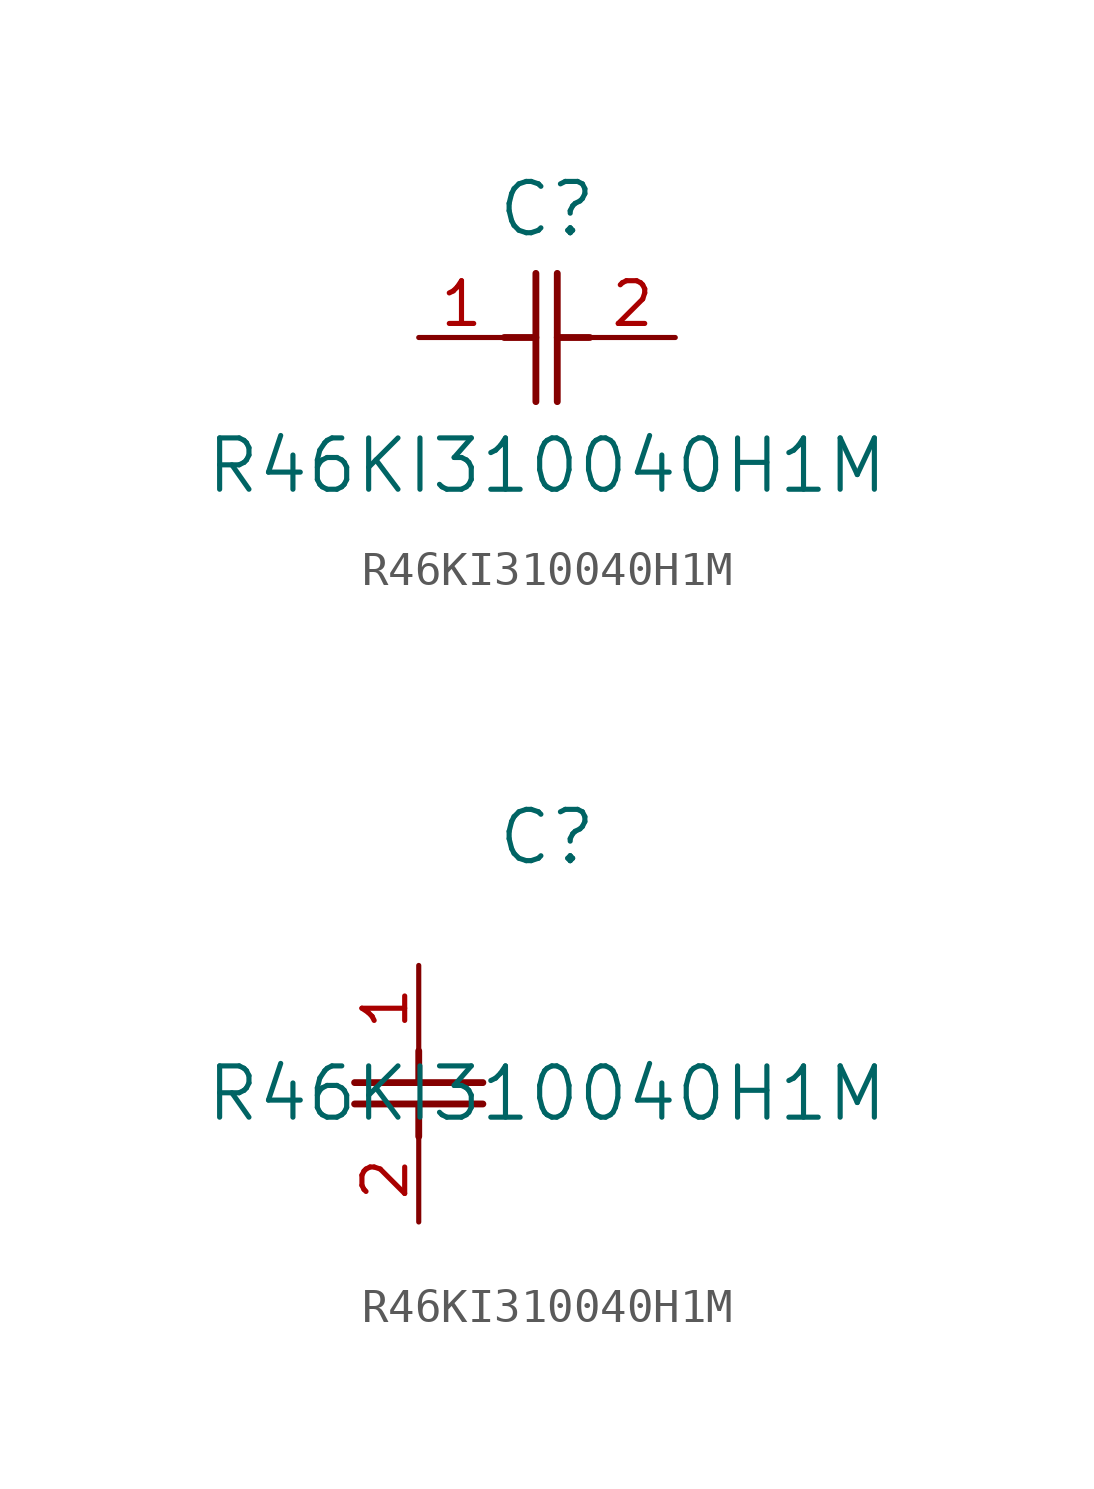
<source format=kicad_sym>
(kicad_symbol_lib
  (version 20211014)
  (generator kicad_symbol_editor)
  (symbol "R46KI310040H1M"
    (pin_names
      (offset 0.254))
    (property "Reference" "C"
      (at 3.81 3.81 0)
      (effects (font (size 1.524 1.524))))
    (property "Value" "R46KI310040H1M"
      (at 3.81 -3.81 0)
      (effects (font (size 1.524 1.524))))
    (symbol "R46KI310040H1M_1_1"
      (polyline (pts (xy 3.48 -1.905) (xy 3.48 1.905)) (stroke (width 0.203) (type default) (color 0 0 0 0)) (fill (type none)))
      (polyline (pts (xy 4.115 -1.905) (xy 4.115 1.905)) (stroke (width 0.203) (type default) (color 0 0 0 0)) (fill (type none)))
      (polyline (pts (xy 4.115 0) (xy 5.08 0)) (stroke (width 0.203) (type default) (color 0 0 0 0)) (fill (type none)))
      (polyline (pts (xy 2.54 0) (xy 3.48 0)) (stroke (width 0.203) (type default) (color 0 0 0 0)) (fill (type none)))
      (pin unspecified line (at 0 0 0) (length 2.54) (name "" (effects (font (size 1.27 1.27)))) (number "1" (effects (font (size 1.27 1.27)))))
      (pin unspecified line (at 7.62 0 180) (length 2.54) (name "" (effects (font (size 1.27 1.27)))) (number "2" (effects (font (size 1.27 1.27))))))
    (symbol "R46KI310040H1M_1_2"
      (polyline (pts (xy -1.905 -3.48) (xy 1.905 -3.48)) (stroke (width 0.203) (type default) (color 0 0 0 0)) (fill (type none)))
      (polyline (pts (xy -1.905 -4.115) (xy 1.905 -4.115)) (stroke (width 0.203) (type default) (color 0 0 0 0)) (fill (type none)))
      (polyline (pts (xy 0 -4.115) (xy 0 -5.08)) (stroke (width 0.203) (type default) (color 0 0 0 0)) (fill (type none)))
      (polyline (pts (xy 0 -2.54) (xy 0 -3.48)) (stroke (width 0.203) (type default) (color 0 0 0 0)) (fill (type none)))
      (pin unspecified line (at 0 0 270) (length 2.54) (name "" (effects (font (size 1.27 1.27)))) (number "1" (effects (font (size 1.27 1.27)))))
      (pin unspecified line (at 0 -7.62 90) (length 2.54) (name "" (effects (font (size 1.27 1.27)))) (number "2" (effects (font (size 1.27 1.27))))))))
</source>
